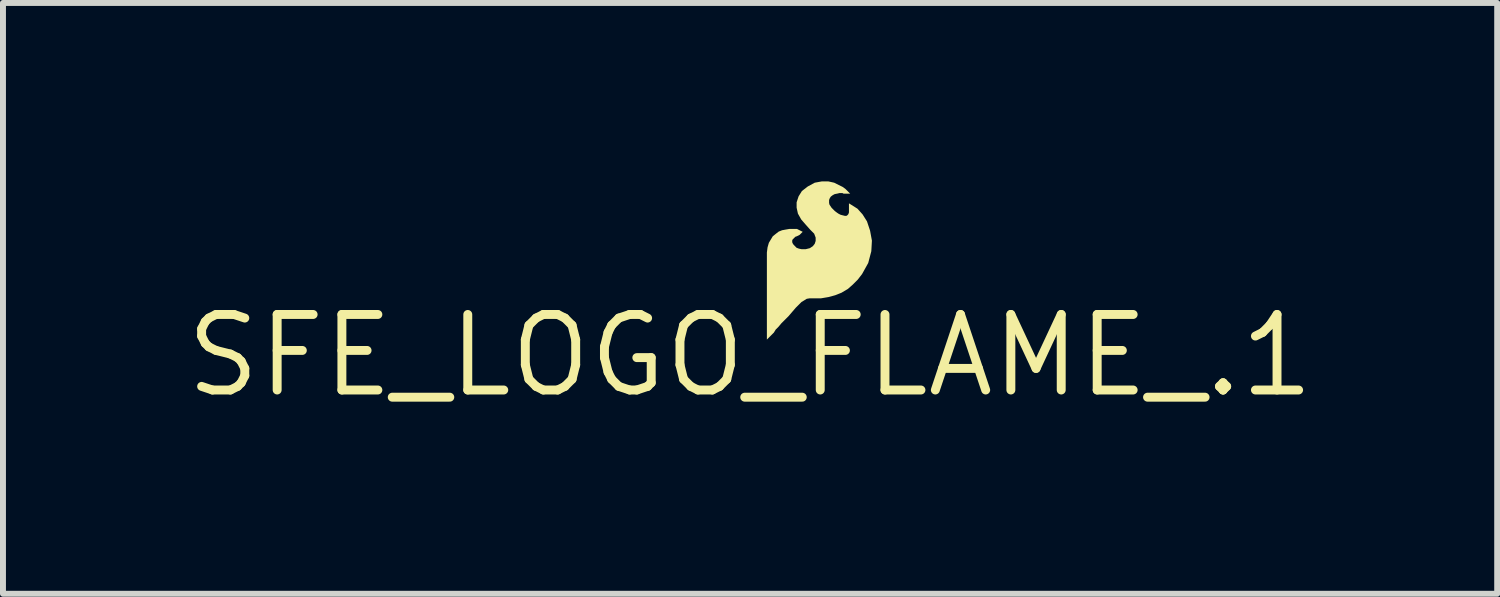
<source format=kicad_pcb>
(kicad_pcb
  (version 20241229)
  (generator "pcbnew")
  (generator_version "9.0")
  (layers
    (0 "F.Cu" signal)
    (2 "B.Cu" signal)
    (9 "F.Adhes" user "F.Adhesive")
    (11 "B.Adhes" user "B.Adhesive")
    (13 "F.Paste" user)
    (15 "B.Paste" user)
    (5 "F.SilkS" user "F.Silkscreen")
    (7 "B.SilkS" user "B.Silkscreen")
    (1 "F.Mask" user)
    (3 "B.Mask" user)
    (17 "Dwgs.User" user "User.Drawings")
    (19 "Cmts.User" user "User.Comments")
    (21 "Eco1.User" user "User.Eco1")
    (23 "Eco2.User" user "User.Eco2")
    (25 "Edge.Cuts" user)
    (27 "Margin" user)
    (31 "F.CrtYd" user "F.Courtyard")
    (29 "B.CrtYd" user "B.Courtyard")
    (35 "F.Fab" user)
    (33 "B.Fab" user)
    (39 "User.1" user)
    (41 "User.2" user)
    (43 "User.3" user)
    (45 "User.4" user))
  (footprint "SFE_LOGO_FLAME_.1"
    (layer "F.Cu")
    (at 9.563 2.928)
    (property "Reference" "SFE_LOGO_FLAME_.1" (at 0 0 0) (layer "F.SilkS") (effects (font (size 1.27 1.27) (thickness 0.15))))
    (fp_poly (pts (xy 1.413 -2.906) (xy 1.56 -2.833) (xy 1.605 -2.799) (xy 1.682 -2.722) (xy 1.571 -2.722) (xy 1.551 -2.732) (xy 1.505 -2.732) (xy 1.468 -2.723) (xy 1.422 -2.714) (xy 1.39 -2.697) (xy 1.358 -2.673) (xy 1.343 -2.651) (xy 1.335 -2.635) (xy 1.328 -2.614) (xy 1.328 -2.565) (xy 1.335 -2.536) (xy 1.37 -2.484) (xy 1.425 -2.429) (xy 1.462 -2.401) (xy 1.489 -2.383) (xy 1.523 -2.366) (xy 1.595 -2.348) (xy 1.614 -2.348) (xy 1.629 -2.353) (xy 1.649 -2.373) (xy 1.655 -2.385) (xy 1.662 -2.406) (xy 1.662 -2.559) (xy 1.805 -2.469) (xy 1.891 -2.373) (xy 1.965 -2.256) (xy 2.017 -2.1) (xy 2.048 -1.932) (xy 2.038 -1.754) (xy 1.986 -1.556) (xy 1.882 -1.369) (xy 1.809 -1.275) (xy 1.726 -1.192) (xy 1.643 -1.119) (xy 1.537 -1.056) (xy 1.432 -1.014) (xy 1.318 -0.983) (xy 1.193 -0.962) (xy 1.003 -0.962) (xy 0.953 -0.954) (xy 0.864 -0.9) (xy 0.768 -0.804) (xy 0.648 -0.664) (xy 0.528 -0.544) (xy 0.478 -0.484) (xy 0.43 -0.436) (xy 0.4 -0.386) (xy 0.282 -0.268) (xy 0.282 -1.732) (xy 0.293 -1.818) (xy 0.315 -1.895) (xy 0.381 -2.005) (xy 0.437 -2.05) (xy 0.481 -2.084) (xy 0.539 -2.107) (xy 0.593 -2.117) (xy 0.657 -2.128) (xy 0.789 -2.128) (xy 0.884 -2.08) (xy 0.833 -2.029) (xy 0.785 -2.005) (xy 0.761 -1.997) (xy 0.713 -1.949) (xy 0.708 -1.934) (xy 0.708 -1.906) (xy 0.715 -1.887) (xy 0.73 -1.864) (xy 0.781 -1.812) (xy 0.821 -1.797) (xy 0.864 -1.788) (xy 0.935 -1.788) (xy 1.004 -1.805) (xy 1.054 -1.838) (xy 1.086 -1.878) (xy 1.102 -1.926) (xy 1.102 -1.983) (xy 1.077 -2.049) (xy 1.012 -2.114) (xy 0.931 -2.205) (xy 0.859 -2.288) (xy 0.804 -2.386) (xy 0.782 -2.486) (xy 0.782 -2.576) (xy 0.815 -2.676) (xy 0.871 -2.766) (xy 0.969 -2.842) (xy 1.087 -2.906) (xy 1.207 -2.928) (xy 1.314 -2.928)) (stroke (width 0) (type solid)) (fill yes) (layer "F.SilkS")))
  (gr_rect
    (start -3 -3)
    (end 22.125 6.934)
    (stroke (width 0.1) (type default))
    (fill no)
    (layer "Edge.Cuts")))
</source>
